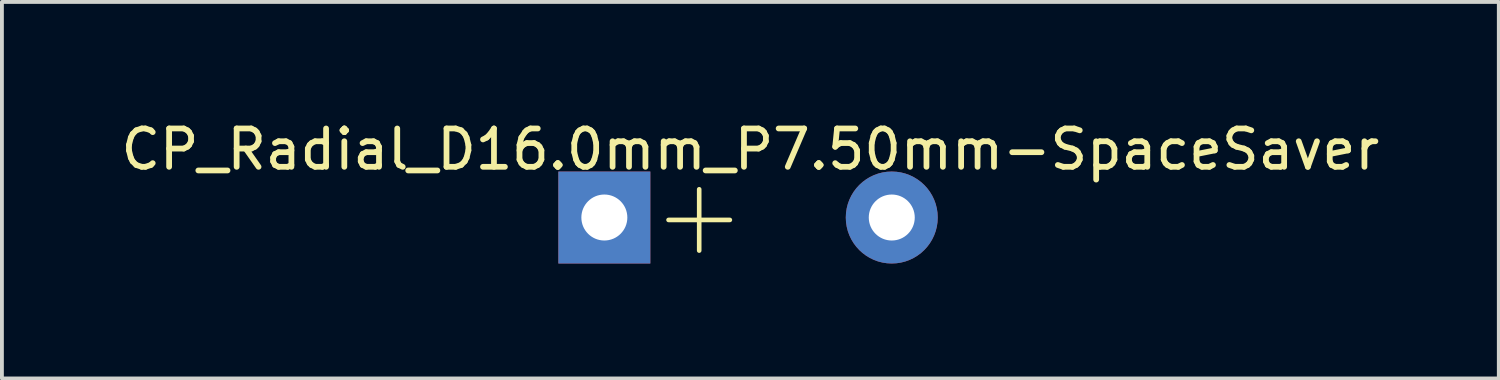
<source format=kicad_pcb>
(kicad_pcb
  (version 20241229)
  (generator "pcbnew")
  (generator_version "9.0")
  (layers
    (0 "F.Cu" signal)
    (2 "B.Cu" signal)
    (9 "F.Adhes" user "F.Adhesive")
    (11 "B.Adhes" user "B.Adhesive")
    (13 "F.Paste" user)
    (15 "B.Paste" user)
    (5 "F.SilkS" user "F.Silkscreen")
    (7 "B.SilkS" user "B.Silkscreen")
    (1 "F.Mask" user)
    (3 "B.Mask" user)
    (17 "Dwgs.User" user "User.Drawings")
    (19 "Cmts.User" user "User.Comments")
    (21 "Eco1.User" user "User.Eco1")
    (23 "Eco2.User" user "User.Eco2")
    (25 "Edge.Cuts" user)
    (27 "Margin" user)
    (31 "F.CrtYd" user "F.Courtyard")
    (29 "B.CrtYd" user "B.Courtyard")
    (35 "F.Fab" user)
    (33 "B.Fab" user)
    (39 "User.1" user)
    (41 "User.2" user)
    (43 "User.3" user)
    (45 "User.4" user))
  (footprint "CP_Radial_D16.0mm_P7.50mm-SpaceSaver"
    (layer "F.Cu")
    (at 16.53 2.626)
    (property "Reference" "CP_Radial_D16.0mm_P7.50mm-SpaceSaver" (at 0 -1.778 0) (layer "F.SilkS") (effects (font (size 1 1) (thickness 0.15))))
    (attr through_hole)
    (fp_line (start -2.135 0.063) (end -0.535 0.063) (stroke (width 0.12) (type solid)) (layer "F.SilkS"))
    (fp_line (start -1.335 -0.737) (end -1.335 0.863) (stroke (width 0.12) (type solid)) (layer "F.SilkS"))
    (pad "1" thru_hole rect (at -3.81 0) (size 2.4 2.4) (drill 1.2) (layers "*.Cu" "*.Mask"))
    (pad "2" thru_hole circle (at 3.69 0) (size 2.4 2.4) (drill 1.2) (layers "*.Cu" "*.Mask")))
  (gr_rect
    (start -3 -3)
    (end 36.06 6.826)
    (stroke (width 0.1) (type default))
    (fill no)
    (layer "Edge.Cuts")))
</source>
